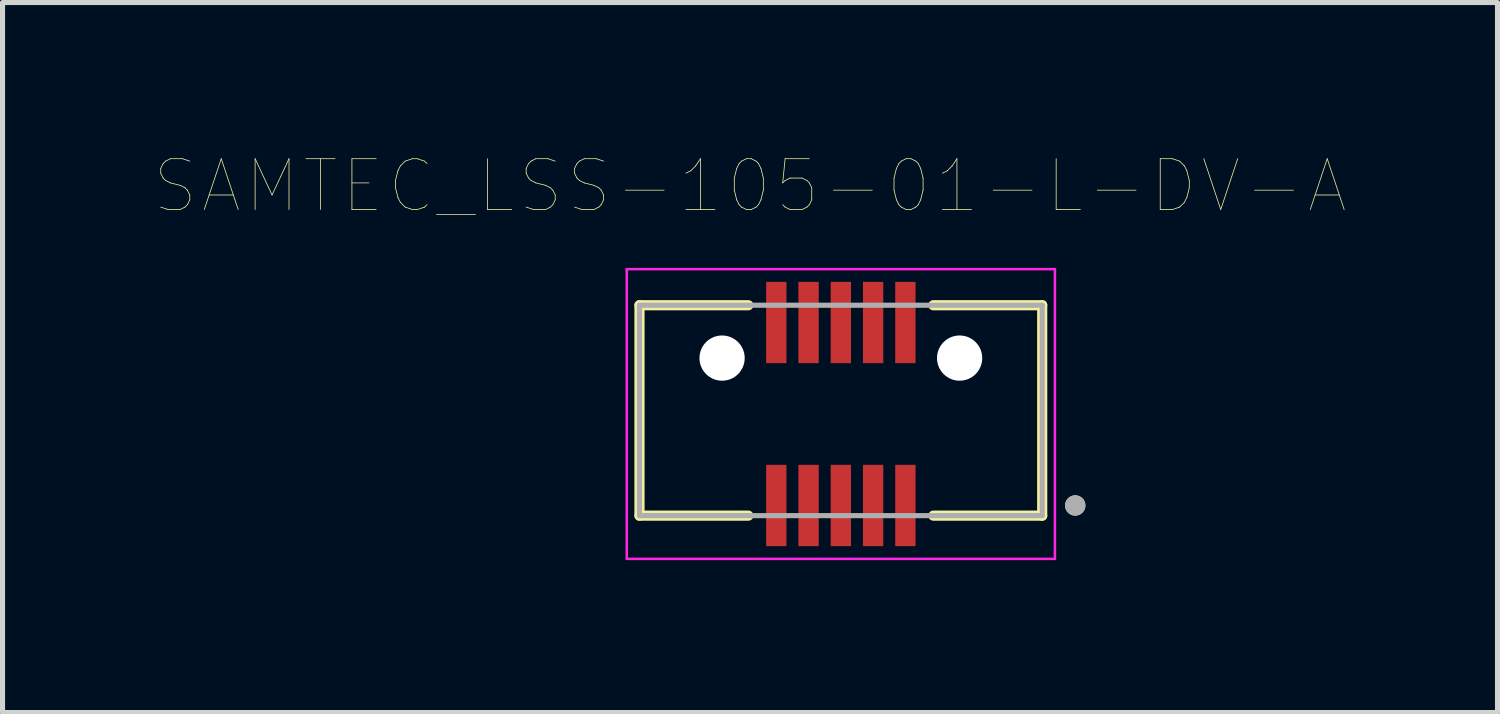
<source format=kicad_pcb>
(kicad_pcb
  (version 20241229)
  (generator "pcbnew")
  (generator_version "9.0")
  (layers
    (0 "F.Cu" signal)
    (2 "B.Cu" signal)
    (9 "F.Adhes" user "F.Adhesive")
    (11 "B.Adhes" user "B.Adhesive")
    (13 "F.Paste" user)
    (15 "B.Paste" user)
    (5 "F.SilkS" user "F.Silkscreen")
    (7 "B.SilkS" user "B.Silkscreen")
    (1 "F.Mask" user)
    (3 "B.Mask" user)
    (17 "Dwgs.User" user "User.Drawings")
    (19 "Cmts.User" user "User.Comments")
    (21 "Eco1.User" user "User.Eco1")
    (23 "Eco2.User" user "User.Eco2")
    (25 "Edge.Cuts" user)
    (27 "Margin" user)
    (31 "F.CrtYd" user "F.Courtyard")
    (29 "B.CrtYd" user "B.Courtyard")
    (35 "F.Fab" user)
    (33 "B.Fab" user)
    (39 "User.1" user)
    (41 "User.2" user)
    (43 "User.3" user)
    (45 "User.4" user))
  (footprint "SAMTEC_LSS-105-01-L-DV-A"
    (layer "F.Cu")
    (at 14.765 6.896)
    (property "Reference" "SAMTEC_LSS-105-01-L-DV-A" (at -3.057 -6.285 0) (layer "F.SilkS") (effects (font (size 1 1) (thickness 0.015))))
    (attr through_hole)
    (fp_line (start -5.232 -3.94) (end -3.09 -3.94) (stroke (width 0.2) (type solid)) (layer "F.SilkS"))
    (fp_line (start -5.232 0.2) (end -5.232 -3.94) (stroke (width 0.2) (type solid)) (layer "F.SilkS"))
    (fp_line (start -3.09 0.2) (end -5.232 0.2) (stroke (width 0.2) (type solid)) (layer "F.SilkS"))
    (fp_line (start 0.55 -3.94) (end 2.692 -3.94) (stroke (width 0.2) (type solid)) (layer "F.SilkS"))
    (fp_line (start 0.55 0.2) (end 2.692 0.2) (stroke (width 0.2) (type solid)) (layer "F.SilkS"))
    (fp_line (start 2.692 -3.94) (end 2.692 0.2) (stroke (width 0.2) (type solid)) (layer "F.SilkS"))
    (fp_circle (center 3.342 0) (end 3.442 0) (stroke (width 0.2) (type solid)) (fill no) (layer "F.SilkS"))
    (fp_line (start -5.482 -4.65) (end 2.942 -4.65) (stroke (width 0.05) (type solid)) (layer "F.CrtYd"))
    (fp_line (start -5.482 1.05) (end -5.482 -4.65) (stroke (width 0.05) (type solid)) (layer "F.CrtYd"))
    (fp_line (start 2.942 -4.65) (end 2.942 1.05) (stroke (width 0.05) (type solid)) (layer "F.CrtYd"))
    (fp_line (start 2.942 1.05) (end -5.482 1.05) (stroke (width 0.05) (type solid)) (layer "F.CrtYd"))
    (fp_line (start -5.232 -3.94) (end 2.692 -3.94) (stroke (width 0.1) (type solid)) (layer "F.Fab"))
    (fp_line (start -5.232 0.2) (end -5.232 -3.94) (stroke (width 0.1) (type solid)) (layer "F.Fab"))
    (fp_line (start 2.692 -3.94) (end 2.692 0.2) (stroke (width 0.1) (type solid)) (layer "F.Fab"))
    (fp_line (start 2.692 0.2) (end -5.232 0.2) (stroke (width 0.1) (type solid)) (layer "F.Fab"))
    (fp_circle (center 3.342 0) (end 3.442 0) (stroke (width 0.2) (type solid)) (fill no) (layer "F.Fab"))
    (pad "" np_thru_hole circle (at -3.607 -2.9) (size 0.89 0.89) (drill 0.89) (layers "*.Cu" "*.Mask"))
    (pad "" np_thru_hole circle (at 1.067 -2.9) (size 0.89 0.89) (drill 0.89) (layers "*.Cu" "*.Mask"))
    (pad "01" smd rect (at 0 0) (size 0.4 1.6) (layers "F.Cu" "F.Mask" "F.Paste"))
    (pad "02" smd rect (at 0 -3.6) (size 0.4 1.6) (layers "F.Cu" "F.Mask" "F.Paste"))
    (pad "03" smd rect (at -0.635 0) (size 0.4 1.6) (layers "F.Cu" "F.Mask" "F.Paste"))
    (pad "04" smd rect (at -0.635 -3.6) (size 0.4 1.6) (layers "F.Cu" "F.Mask" "F.Paste"))
    (pad "05" smd rect (at -1.27 0) (size 0.4 1.6) (layers "F.Cu" "F.Mask" "F.Paste"))
    (pad "06" smd rect (at -1.27 -3.6) (size 0.4 1.6) (layers "F.Cu" "F.Mask" "F.Paste"))
    (pad "07" smd rect (at -1.905 0) (size 0.4 1.6) (layers "F.Cu" "F.Mask" "F.Paste"))
    (pad "08" smd rect (at -1.905 -3.6) (size 0.4 1.6) (layers "F.Cu" "F.Mask" "F.Paste"))
    (pad "09" smd rect (at -2.54 0) (size 0.4 1.6) (layers "F.Cu" "F.Mask" "F.Paste"))
    (pad "10" smd rect (at -2.54 -3.6) (size 0.4 1.6) (layers "F.Cu" "F.Mask" "F.Paste")))
  (gr_rect
    (start -3 -3)
    (end 26.416 10.971)
    (stroke (width 0.1) (type default))
    (fill no)
    (layer "Edge.Cuts")))
</source>
